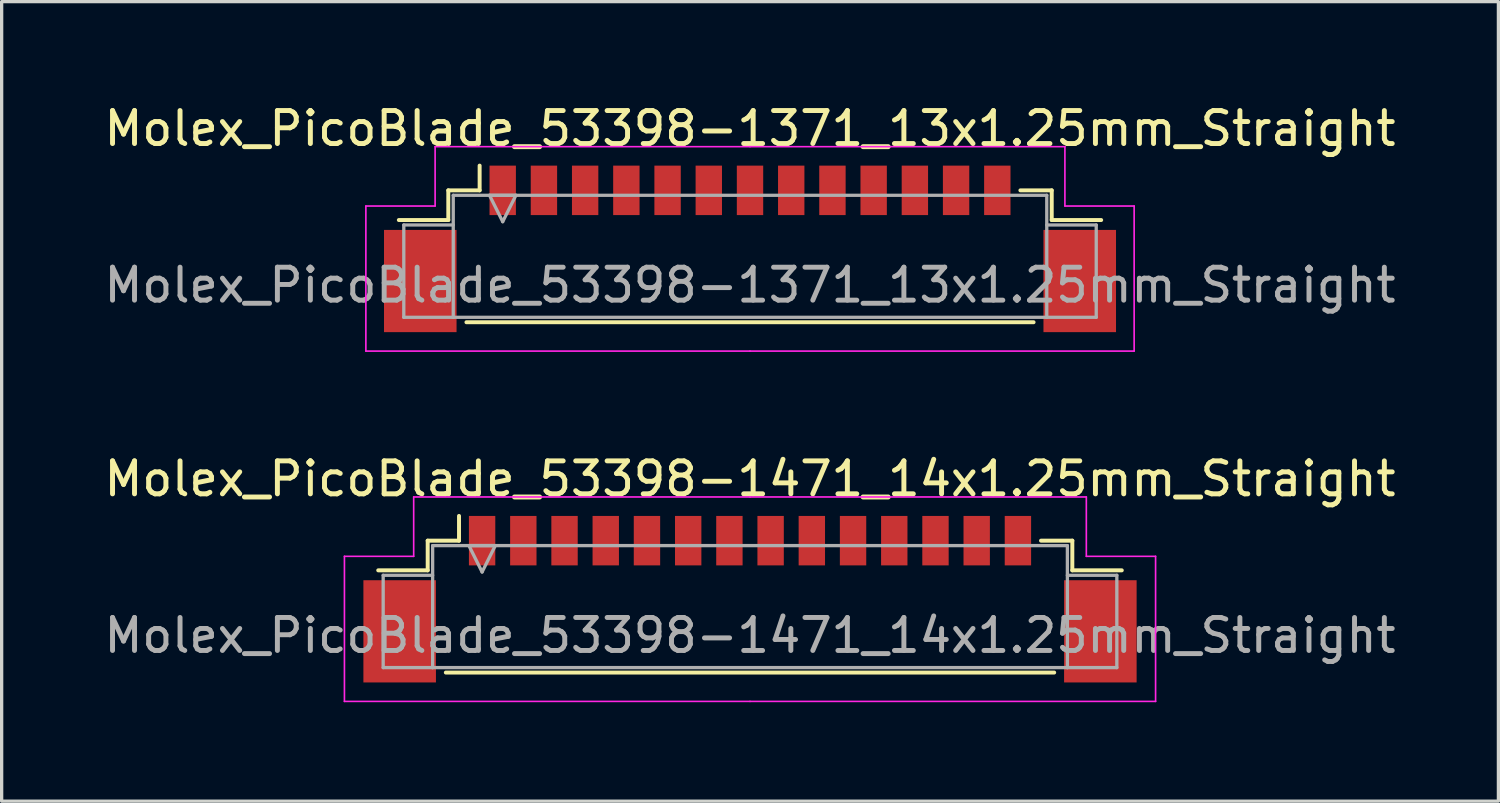
<source format=kicad_pcb>
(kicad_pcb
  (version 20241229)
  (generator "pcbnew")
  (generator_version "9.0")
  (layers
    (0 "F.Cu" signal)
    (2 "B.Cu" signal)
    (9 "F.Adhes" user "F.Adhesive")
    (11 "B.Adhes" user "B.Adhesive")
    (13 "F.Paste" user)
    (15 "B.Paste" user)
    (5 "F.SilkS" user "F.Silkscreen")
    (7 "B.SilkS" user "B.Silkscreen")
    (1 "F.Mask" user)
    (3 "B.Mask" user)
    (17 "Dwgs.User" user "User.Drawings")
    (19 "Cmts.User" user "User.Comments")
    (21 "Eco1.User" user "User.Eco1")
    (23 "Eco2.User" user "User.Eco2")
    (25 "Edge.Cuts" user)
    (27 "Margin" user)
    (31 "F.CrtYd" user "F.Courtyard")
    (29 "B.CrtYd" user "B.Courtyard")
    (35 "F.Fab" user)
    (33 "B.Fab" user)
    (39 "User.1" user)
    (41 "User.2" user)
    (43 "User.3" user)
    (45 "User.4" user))
  (footprint "Molex_PicoBlade_53398-1471_14x1.25mm_Straight"
    (layer "F.Cu")
    (at 19.696 14.722)
    (property "Reference" "Molex_PicoBlade_53398-1471_14x1.25mm_Straight" (at 0 -3.25 0) (layer "F.SilkS") (effects (font (size 1 1) (thickness 0.15))))
    (attr smd)
    (fp_line (start -9.775 -1.375) (end -9.775 -0.475) (stroke (width 0.12) (type solid)) (layer "F.SilkS"))
    (fp_line (start -9.775 -0.475) (end -11.275 -0.475) (stroke (width 0.12) (type solid)) (layer "F.SilkS"))
    (fp_line (start -9.225 2.625) (end 9.225 2.625) (stroke (width 0.12) (type solid)) (layer "F.SilkS"))
    (fp_line (start -8.825 -1.375) (end -9.775 -1.375) (stroke (width 0.12) (type solid)) (layer "F.SilkS"))
    (fp_line (start -8.825 -1.375) (end -8.825 -2.125) (stroke (width 0.12) (type solid)) (layer "F.SilkS"))
    (fp_line (start 8.825 -1.375) (end 9.775 -1.375) (stroke (width 0.12) (type solid)) (layer "F.SilkS"))
    (fp_line (start 9.775 -1.375) (end 9.775 -0.475) (stroke (width 0.12) (type solid)) (layer "F.SilkS"))
    (fp_line (start 9.775 -0.475) (end 11.275 -0.475) (stroke (width 0.12) (type solid)) (layer "F.SilkS"))
    (fp_line (start -12.3 -0.9) (end -12.3 3.5) (stroke (width 0.05) (type solid)) (layer "F.CrtYd"))
    (fp_line (start -12.3 3.5) (end 0 3.5) (stroke (width 0.05) (type solid)) (layer "F.CrtYd"))
    (fp_line (start -10.2 -2.7) (end -10.2 -0.9) (stroke (width 0.05) (type solid)) (layer "F.CrtYd"))
    (fp_line (start -10.2 -0.9) (end -12.3 -0.9) (stroke (width 0.05) (type solid)) (layer "F.CrtYd"))
    (fp_line (start 0 -2.7) (end -10.2 -2.7) (stroke (width 0.05) (type solid)) (layer "F.CrtYd"))
    (fp_line (start 0 -2.7) (end 10.2 -2.7) (stroke (width 0.05) (type solid)) (layer "F.CrtYd"))
    (fp_line (start 10.2 -2.7) (end 10.2 -0.9) (stroke (width 0.05) (type solid)) (layer "F.CrtYd"))
    (fp_line (start 10.2 -0.9) (end 12.3 -0.9) (stroke (width 0.05) (type solid)) (layer "F.CrtYd"))
    (fp_line (start 12.3 -0.9) (end 12.3 3.5) (stroke (width 0.05) (type solid)) (layer "F.CrtYd"))
    (fp_line (start 12.3 3.5) (end 0 3.5) (stroke (width 0.05) (type solid)) (layer "F.CrtYd"))
    (fp_line (start -11.125 -0.325) (end -9.625 -0.325) (stroke (width 0.1) (type solid)) (layer "F.Fab"))
    (fp_line (start -11.125 2.475) (end -11.125 -0.325) (stroke (width 0.1) (type solid)) (layer "F.Fab"))
    (fp_line (start -9.625 -1.225) (end -9.625 2.475) (stroke (width 0.1) (type solid)) (layer "F.Fab"))
    (fp_line (start -9.625 2.475) (end -11.125 2.475) (stroke (width 0.1) (type solid)) (layer "F.Fab"))
    (fp_line (start -9.625 2.475) (end 9.625 2.475) (stroke (width 0.1) (type solid)) (layer "F.Fab"))
    (fp_line (start -8.525 -1.225) (end -8.125 -0.425) (stroke (width 0.1) (type solid)) (layer "F.Fab"))
    (fp_line (start -8.125 -0.425) (end -7.725 -1.225) (stroke (width 0.1) (type solid)) (layer "F.Fab"))
    (fp_line (start -7.725 -1.225) (end -8.525 -1.225) (stroke (width 0.1) (type solid)) (layer "F.Fab"))
    (fp_line (start 9.625 -1.225) (end -9.625 -1.225) (stroke (width 0.1) (type solid)) (layer "F.Fab"))
    (fp_line (start 9.625 2.475) (end 9.625 -1.225) (stroke (width 0.1) (type solid)) (layer "F.Fab"))
    (fp_line (start 9.625 2.475) (end 11.125 2.475) (stroke (width 0.1) (type solid)) (layer "F.Fab"))
    (fp_line (start 11.125 -0.325) (end 9.625 -0.325) (stroke (width 0.1) (type solid)) (layer "F.Fab"))
    (fp_line (start 11.125 2.475) (end 11.125 -0.325) (stroke (width 0.1) (type solid)) (layer "F.Fab"))
    (fp_text user "${REFERENCE}" (at 0 1.5 0) (layer "F.Fab") (effects (font (size 1 1) (thickness 0.15))))
    (pad "" smd rect (at -10.625 1.375) (size 2.2 3.1) (layers "F.Cu" "F.Mask" "F.Paste"))
    (pad "" smd rect (at 10.625 1.375) (size 2.2 3.1) (layers "F.Cu" "F.Mask" "F.Paste"))
    (pad "1" smd rect (at -8.125 -1.375) (size 0.8 1.5) (layers "F.Cu" "F.Mask" "F.Paste"))
    (pad "2" smd rect (at -6.875 -1.375) (size 0.8 1.5) (layers "F.Cu" "F.Mask" "F.Paste"))
    (pad "3" smd rect (at -5.625 -1.375) (size 0.8 1.5) (layers "F.Cu" "F.Mask" "F.Paste"))
    (pad "4" smd rect (at -4.375 -1.375) (size 0.8 1.5) (layers "F.Cu" "F.Mask" "F.Paste"))
    (pad "5" smd rect (at -3.125 -1.375) (size 0.8 1.5) (layers "F.Cu" "F.Mask" "F.Paste"))
    (pad "6" smd rect (at -1.875 -1.375) (size 0.8 1.5) (layers "F.Cu" "F.Mask" "F.Paste"))
    (pad "7" smd rect (at -0.625 -1.375) (size 0.8 1.5) (layers "F.Cu" "F.Mask" "F.Paste"))
    (pad "8" smd rect (at 0.625 -1.375) (size 0.8 1.5) (layers "F.Cu" "F.Mask" "F.Paste"))
    (pad "9" smd rect (at 1.875 -1.375) (size 0.8 1.5) (layers "F.Cu" "F.Mask" "F.Paste"))
    (pad "10" smd rect (at 3.125 -1.375) (size 0.8 1.5) (layers "F.Cu" "F.Mask" "F.Paste"))
    (pad "11" smd rect (at 4.375 -1.375) (size 0.8 1.5) (layers "F.Cu" "F.Mask" "F.Paste"))
    (pad "12" smd rect (at 5.625 -1.375) (size 0.8 1.5) (layers "F.Cu" "F.Mask" "F.Paste"))
    (pad "13" smd rect (at 6.875 -1.375) (size 0.8 1.5) (layers "F.Cu" "F.Mask" "F.Paste"))
    (pad "14" smd rect (at 8.125 -1.375) (size 0.8 1.5) (layers "F.Cu" "F.Mask" "F.Paste")))
  (footprint "Molex_PicoBlade_53398-1371_13x1.25mm_Straight"
    (layer "F.Cu")
    (at 19.696 4.098)
    (property "Reference" "Molex_PicoBlade_53398-1371_13x1.25mm_Straight" (at 0 -3.25 0) (layer "F.SilkS") (effects (font (size 1 1) (thickness 0.15))))
    (attr smd)
    (fp_line (start -9.15 -1.375) (end -9.15 -0.475) (stroke (width 0.12) (type solid)) (layer "F.SilkS"))
    (fp_line (start -9.15 -0.475) (end -10.65 -0.475) (stroke (width 0.12) (type solid)) (layer "F.SilkS"))
    (fp_line (start -8.6 2.625) (end 8.6 2.625) (stroke (width 0.12) (type solid)) (layer "F.SilkS"))
    (fp_line (start -8.2 -1.375) (end -9.15 -1.375) (stroke (width 0.12) (type solid)) (layer "F.SilkS"))
    (fp_line (start -8.2 -1.375) (end -8.2 -2.125) (stroke (width 0.12) (type solid)) (layer "F.SilkS"))
    (fp_line (start 8.2 -1.375) (end 9.15 -1.375) (stroke (width 0.12) (type solid)) (layer "F.SilkS"))
    (fp_line (start 9.15 -1.375) (end 9.15 -0.475) (stroke (width 0.12) (type solid)) (layer "F.SilkS"))
    (fp_line (start 9.15 -0.475) (end 10.65 -0.475) (stroke (width 0.12) (type solid)) (layer "F.SilkS"))
    (fp_line (start -11.65 -0.9) (end -11.65 3.5) (stroke (width 0.05) (type solid)) (layer "F.CrtYd"))
    (fp_line (start -11.65 3.5) (end 0 3.5) (stroke (width 0.05) (type solid)) (layer "F.CrtYd"))
    (fp_line (start -9.55 -2.7) (end -9.55 -0.9) (stroke (width 0.05) (type solid)) (layer "F.CrtYd"))
    (fp_line (start -9.55 -0.9) (end -11.65 -0.9) (stroke (width 0.05) (type solid)) (layer "F.CrtYd"))
    (fp_line (start 0 -2.7) (end -9.55 -2.7) (stroke (width 0.05) (type solid)) (layer "F.CrtYd"))
    (fp_line (start 0 -2.7) (end 9.55 -2.7) (stroke (width 0.05) (type solid)) (layer "F.CrtYd"))
    (fp_line (start 9.55 -2.7) (end 9.55 -0.9) (stroke (width 0.05) (type solid)) (layer "F.CrtYd"))
    (fp_line (start 9.55 -0.9) (end 11.65 -0.9) (stroke (width 0.05) (type solid)) (layer "F.CrtYd"))
    (fp_line (start 11.65 -0.9) (end 11.65 3.5) (stroke (width 0.05) (type solid)) (layer "F.CrtYd"))
    (fp_line (start 11.65 3.5) (end 0 3.5) (stroke (width 0.05) (type solid)) (layer "F.CrtYd"))
    (fp_line (start -10.5 -0.325) (end -9 -0.325) (stroke (width 0.1) (type solid)) (layer "F.Fab"))
    (fp_line (start -10.5 2.475) (end -10.5 -0.325) (stroke (width 0.1) (type solid)) (layer "F.Fab"))
    (fp_line (start -9 -1.225) (end -9 2.475) (stroke (width 0.1) (type solid)) (layer "F.Fab"))
    (fp_line (start -9 2.475) (end -10.5 2.475) (stroke (width 0.1) (type solid)) (layer "F.Fab"))
    (fp_line (start -9 2.475) (end 9 2.475) (stroke (width 0.1) (type solid)) (layer "F.Fab"))
    (fp_line (start -7.9 -1.225) (end -7.5 -0.425) (stroke (width 0.1) (type solid)) (layer "F.Fab"))
    (fp_line (start -7.5 -0.425) (end -7.1 -1.225) (stroke (width 0.1) (type solid)) (layer "F.Fab"))
    (fp_line (start -7.1 -1.225) (end -7.9 -1.225) (stroke (width 0.1) (type solid)) (layer "F.Fab"))
    (fp_line (start 9 -1.225) (end -9 -1.225) (stroke (width 0.1) (type solid)) (layer "F.Fab"))
    (fp_line (start 9 2.475) (end 9 -1.225) (stroke (width 0.1) (type solid)) (layer "F.Fab"))
    (fp_line (start 9 2.475) (end 10.5 2.475) (stroke (width 0.1) (type solid)) (layer "F.Fab"))
    (fp_line (start 10.5 -0.325) (end 9 -0.325) (stroke (width 0.1) (type solid)) (layer "F.Fab"))
    (fp_line (start 10.5 2.475) (end 10.5 -0.325) (stroke (width 0.1) (type solid)) (layer "F.Fab"))
    (fp_text user "${REFERENCE}" (at 0 1.5 0) (layer "F.Fab") (effects (font (size 1 1) (thickness 0.15))))
    (pad "" smd rect (at -10 1.375) (size 2.2 3.1) (layers "F.Cu" "F.Mask" "F.Paste"))
    (pad "" smd rect (at 10 1.375) (size 2.2 3.1) (layers "F.Cu" "F.Mask" "F.Paste"))
    (pad "1" smd rect (at -7.5 -1.375) (size 0.8 1.5) (layers "F.Cu" "F.Mask" "F.Paste"))
    (pad "2" smd rect (at -6.25 -1.375) (size 0.8 1.5) (layers "F.Cu" "F.Mask" "F.Paste"))
    (pad "3" smd rect (at -5 -1.375) (size 0.8 1.5) (layers "F.Cu" "F.Mask" "F.Paste"))
    (pad "4" smd rect (at -3.75 -1.375) (size 0.8 1.5) (layers "F.Cu" "F.Mask" "F.Paste"))
    (pad "5" smd rect (at -2.5 -1.375) (size 0.8 1.5) (layers "F.Cu" "F.Mask" "F.Paste"))
    (pad "6" smd rect (at -1.25 -1.375) (size 0.8 1.5) (layers "F.Cu" "F.Mask" "F.Paste"))
    (pad "7" smd rect (at 0 -1.375) (size 0.8 1.5) (layers "F.Cu" "F.Mask" "F.Paste"))
    (pad "8" smd rect (at 1.25 -1.375) (size 0.8 1.5) (layers "F.Cu" "F.Mask" "F.Paste"))
    (pad "9" smd rect (at 2.5 -1.375) (size 0.8 1.5) (layers "F.Cu" "F.Mask" "F.Paste"))
    (pad "10" smd rect (at 3.75 -1.375) (size 0.8 1.5) (layers "F.Cu" "F.Mask" "F.Paste"))
    (pad "11" smd rect (at 5 -1.375) (size 0.8 1.5) (layers "F.Cu" "F.Mask" "F.Paste"))
    (pad "12" smd rect (at 6.25 -1.375) (size 0.8 1.5) (layers "F.Cu" "F.Mask" "F.Paste"))
    (pad "13" smd rect (at 7.5 -1.375) (size 0.8 1.5) (layers "F.Cu" "F.Mask" "F.Paste")))
  (gr_rect
    (start -3 -3)
    (end 42.393 21.247)
    (stroke (width 0.1) (type default))
    (fill no)
    (layer "Edge.Cuts")))
</source>
